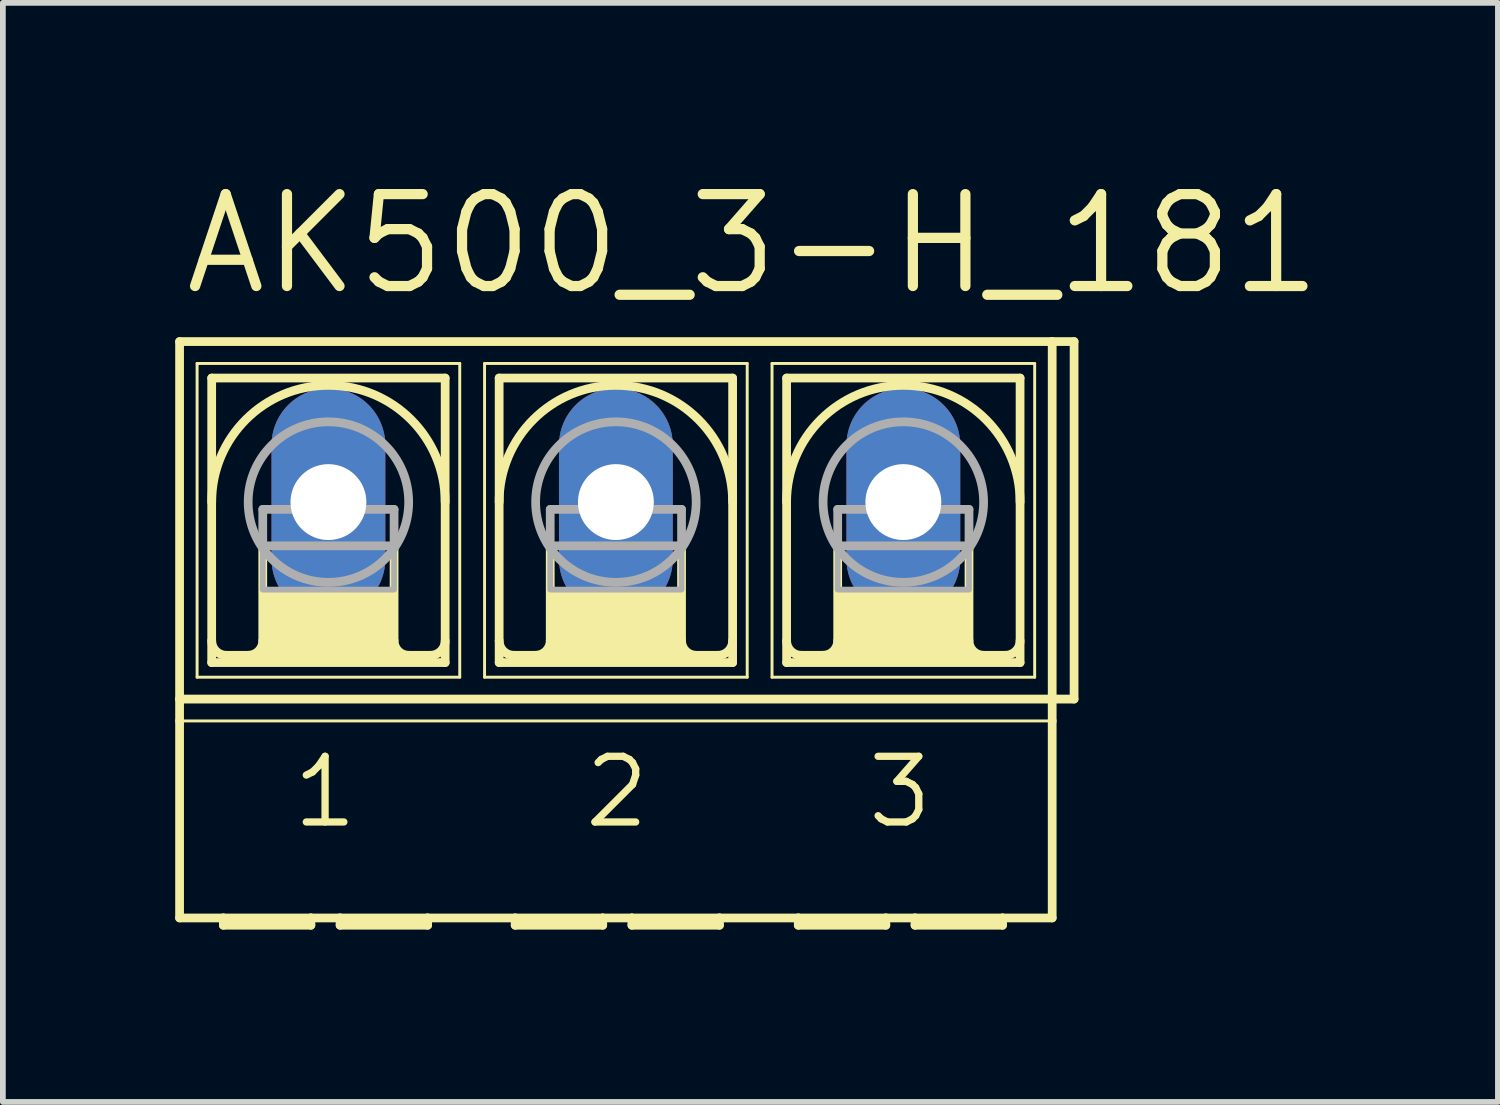
<source format=kicad_pcb>
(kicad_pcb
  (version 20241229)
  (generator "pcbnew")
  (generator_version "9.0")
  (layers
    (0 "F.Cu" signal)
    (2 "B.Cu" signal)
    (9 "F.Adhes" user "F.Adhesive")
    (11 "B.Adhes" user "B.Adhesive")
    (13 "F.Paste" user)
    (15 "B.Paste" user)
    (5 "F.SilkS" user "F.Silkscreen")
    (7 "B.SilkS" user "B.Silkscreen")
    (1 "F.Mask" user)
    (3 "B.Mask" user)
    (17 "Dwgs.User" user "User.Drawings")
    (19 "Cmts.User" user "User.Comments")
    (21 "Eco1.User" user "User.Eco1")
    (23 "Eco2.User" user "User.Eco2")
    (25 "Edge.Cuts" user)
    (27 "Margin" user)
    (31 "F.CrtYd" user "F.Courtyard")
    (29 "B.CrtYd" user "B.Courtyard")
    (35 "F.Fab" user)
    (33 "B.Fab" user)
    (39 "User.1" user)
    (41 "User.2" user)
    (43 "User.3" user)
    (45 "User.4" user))
  (footprint "AK500_3-H_181"
    (layer "F.Cu")
    (at 7.671 5.69)
    (property "Reference" "AK500_3-H_181" (at -7.595 -3.556 0) (unlocked yes) (layer "F.SilkS") (effects (font (size 1.6 1.6) (thickness 0.178)) (justify left bottom)))
    (fp_line (start -7.595 3.429) (end -7.595 -2.794) (stroke (width 0.152) (type solid)) (layer "F.SilkS"))
    (fp_line (start -7.595 3.429) (end 7.595 3.429) (stroke (width 0.152) (type solid)) (layer "F.SilkS"))
    (fp_line (start -7.595 3.81) (end -7.595 3.429) (stroke (width 0.152) (type solid)) (layer "F.SilkS"))
    (fp_line (start -7.595 7.239) (end -7.595 3.81) (stroke (width 0.152) (type solid)) (layer "F.SilkS"))
    (fp_line (start -7.595 7.239) (end -6.833 7.239) (stroke (width 0.152) (type solid)) (layer "F.SilkS"))
    (fp_line (start -7.29 -2.413) (end -7.29 3.048) (stroke (width 0.051) (type solid)) (layer "F.SilkS"))
    (fp_line (start -7.29 -2.413) (end -2.718 -2.413) (stroke (width 0.051) (type solid)) (layer "F.SilkS"))
    (fp_line (start -7.036 2.794) (end -7.036 -2.159) (stroke (width 0.152) (type solid)) (layer "F.SilkS"))
    (fp_line (start -7.036 2.794) (end -2.972 2.794) (stroke (width 0.152) (type solid)) (layer "F.SilkS"))
    (fp_line (start -6.833 7.239) (end -5.309 7.239) (stroke (width 0.152) (type solid)) (layer "F.SilkS"))
    (fp_line (start -6.833 7.366) (end -6.833 7.239) (stroke (width 0.152) (type solid)) (layer "F.SilkS"))
    (fp_line (start -6.833 7.366) (end -5.309 7.366) (stroke (width 0.152) (type solid)) (layer "F.SilkS"))
    (fp_line (start -6.147 0.762) (end -6.147 2.413) (stroke (width 0.152) (type solid)) (layer "F.SilkS"))
    (fp_line (start -5.309 7.239) (end -5.309 7.366) (stroke (width 0.152) (type solid)) (layer "F.SilkS"))
    (fp_line (start -5.309 7.239) (end -4.801 7.239) (stroke (width 0.152) (type solid)) (layer "F.SilkS"))
    (fp_line (start -4.801 7.239) (end -3.277 7.239) (stroke (width 0.152) (type solid)) (layer "F.SilkS"))
    (fp_line (start -4.801 7.366) (end -4.801 7.239) (stroke (width 0.152) (type solid)) (layer "F.SilkS"))
    (fp_line (start -4.801 7.366) (end -3.277 7.366) (stroke (width 0.152) (type solid)) (layer "F.SilkS"))
    (fp_line (start -3.861 0.762) (end -3.861 2.413) (stroke (width 0.152) (type solid)) (layer "F.SilkS"))
    (fp_line (start -3.277 7.239) (end -1.753 7.239) (stroke (width 0.152) (type solid)) (layer "F.SilkS"))
    (fp_line (start -3.277 7.366) (end -3.277 7.239) (stroke (width 0.152) (type solid)) (layer "F.SilkS"))
    (fp_line (start -3.226 2.667) (end -6.782 2.667) (stroke (width 0.152) (type solid)) (layer "F.SilkS"))
    (fp_line (start -2.972 -2.159) (end -7.036 -2.159) (stroke (width 0.152) (type solid)) (layer "F.SilkS"))
    (fp_line (start -2.972 -2.159) (end -2.972 2.794) (stroke (width 0.152) (type solid)) (layer "F.SilkS"))
    (fp_line (start -2.718 -2.413) (end -2.718 3.048) (stroke (width 0.051) (type solid)) (layer "F.SilkS"))
    (fp_line (start -2.718 3.048) (end -7.29 3.048) (stroke (width 0.051) (type solid)) (layer "F.SilkS"))
    (fp_line (start -2.286 -2.413) (end -2.286 3.048) (stroke (width 0.051) (type solid)) (layer "F.SilkS"))
    (fp_line (start -2.286 -2.413) (end 2.286 -2.413) (stroke (width 0.051) (type solid)) (layer "F.SilkS"))
    (fp_line (start -2.032 -2.159) (end -2.032 2.794) (stroke (width 0.152) (type solid)) (layer "F.SilkS"))
    (fp_line (start -2.032 2.794) (end 2.032 2.794) (stroke (width 0.152) (type solid)) (layer "F.SilkS"))
    (fp_line (start -1.753 7.239) (end -0.229 7.239) (stroke (width 0.152) (type solid)) (layer "F.SilkS"))
    (fp_line (start -1.753 7.366) (end -1.753 7.239) (stroke (width 0.152) (type solid)) (layer "F.SilkS"))
    (fp_line (start -1.753 7.366) (end -0.229 7.366) (stroke (width 0.152) (type solid)) (layer "F.SilkS"))
    (fp_line (start -1.143 0.762) (end -1.143 2.413) (stroke (width 0.152) (type solid)) (layer "F.SilkS"))
    (fp_line (start -0.229 7.239) (end -0.229 7.366) (stroke (width 0.152) (type solid)) (layer "F.SilkS"))
    (fp_line (start -0.229 7.239) (end 0.279 7.239) (stroke (width 0.152) (type solid)) (layer "F.SilkS"))
    (fp_line (start 0.279 7.239) (end 1.803 7.239) (stroke (width 0.152) (type solid)) (layer "F.SilkS"))
    (fp_line (start 0.279 7.366) (end 0.279 7.239) (stroke (width 0.152) (type solid)) (layer "F.SilkS"))
    (fp_line (start 0.279 7.366) (end 1.803 7.366) (stroke (width 0.152) (type solid)) (layer "F.SilkS"))
    (fp_line (start 1.143 0.762) (end 1.143 2.413) (stroke (width 0.152) (type solid)) (layer "F.SilkS"))
    (fp_line (start 1.778 2.667) (end -1.778 2.667) (stroke (width 0.152) (type solid)) (layer "F.SilkS"))
    (fp_line (start 1.803 7.366) (end 1.803 7.239) (stroke (width 0.152) (type solid)) (layer "F.SilkS"))
    (fp_line (start 2.032 -2.159) (end -2.032 -2.159) (stroke (width 0.152) (type solid)) (layer "F.SilkS"))
    (fp_line (start 2.032 2.794) (end 2.032 -2.159) (stroke (width 0.152) (type solid)) (layer "F.SilkS"))
    (fp_line (start 2.286 3.048) (end -2.286 3.048) (stroke (width 0.051) (type solid)) (layer "F.SilkS"))
    (fp_line (start 2.286 3.048) (end 2.286 -2.413) (stroke (width 0.051) (type solid)) (layer "F.SilkS"))
    (fp_line (start 2.718 -2.413) (end 2.718 3.048) (stroke (width 0.051) (type solid)) (layer "F.SilkS"))
    (fp_line (start 2.718 -2.413) (end 7.29 -2.413) (stroke (width 0.051) (type solid)) (layer "F.SilkS"))
    (fp_line (start 2.972 2.794) (end 2.972 -2.159) (stroke (width 0.152) (type solid)) (layer "F.SilkS"))
    (fp_line (start 2.972 2.794) (end 7.036 2.794) (stroke (width 0.152) (type solid)) (layer "F.SilkS"))
    (fp_line (start 3.175 7.239) (end 1.803 7.239) (stroke (width 0.152) (type solid)) (layer "F.SilkS"))
    (fp_line (start 3.175 7.239) (end 3.175 7.366) (stroke (width 0.152) (type solid)) (layer "F.SilkS"))
    (fp_line (start 3.175 7.239) (end 4.699 7.239) (stroke (width 0.152) (type solid)) (layer "F.SilkS"))
    (fp_line (start 3.175 7.366) (end 4.699 7.366) (stroke (width 0.152) (type solid)) (layer "F.SilkS"))
    (fp_line (start 3.861 0.762) (end 3.861 2.413) (stroke (width 0.152) (type solid)) (layer "F.SilkS"))
    (fp_line (start 4.699 7.239) (end 4.699 7.366) (stroke (width 0.152) (type solid)) (layer "F.SilkS"))
    (fp_line (start 4.699 7.239) (end 5.207 7.239) (stroke (width 0.152) (type solid)) (layer "F.SilkS"))
    (fp_line (start 5.207 7.239) (end 5.207 7.366) (stroke (width 0.152) (type solid)) (layer "F.SilkS"))
    (fp_line (start 5.207 7.239) (end 6.731 7.239) (stroke (width 0.152) (type solid)) (layer "F.SilkS"))
    (fp_line (start 5.207 7.366) (end 6.731 7.366) (stroke (width 0.152) (type solid)) (layer "F.SilkS"))
    (fp_line (start 6.147 0.762) (end 6.147 2.413) (stroke (width 0.152) (type solid)) (layer "F.SilkS"))
    (fp_line (start 6.731 7.366) (end 6.731 7.239) (stroke (width 0.152) (type solid)) (layer "F.SilkS"))
    (fp_line (start 6.782 2.667) (end 3.226 2.667) (stroke (width 0.152) (type solid)) (layer "F.SilkS"))
    (fp_line (start 7.036 -2.159) (end 2.972 -2.159) (stroke (width 0.152) (type solid)) (layer "F.SilkS"))
    (fp_line (start 7.036 -2.159) (end 7.036 2.794) (stroke (width 0.152) (type solid)) (layer "F.SilkS"))
    (fp_line (start 7.29 -2.413) (end 7.29 3.048) (stroke (width 0.051) (type solid)) (layer "F.SilkS"))
    (fp_line (start 7.29 3.048) (end 2.718 3.048) (stroke (width 0.051) (type solid)) (layer "F.SilkS"))
    (fp_line (start 7.595 -2.794) (end -7.595 -2.794) (stroke (width 0.152) (type solid)) (layer "F.SilkS"))
    (fp_line (start 7.595 -2.794) (end 7.595 3.429) (stroke (width 0.152) (type solid)) (layer "F.SilkS"))
    (fp_line (start 7.595 3.429) (end 7.595 3.81) (stroke (width 0.152) (type solid)) (layer "F.SilkS"))
    (fp_line (start 7.595 3.81) (end -7.595 3.81) (stroke (width 0.051) (type solid)) (layer "F.SilkS"))
    (fp_line (start 7.595 3.81) (end 7.595 7.239) (stroke (width 0.152) (type solid)) (layer "F.SilkS"))
    (fp_line (start 7.595 7.239) (end 6.731 7.239) (stroke (width 0.152) (type solid)) (layer "F.SilkS"))
    (fp_line (start 7.976 -2.794) (end 7.595 -2.794) (stroke (width 0.152) (type solid)) (layer "F.SilkS"))
    (fp_line (start 7.976 -2.794) (end 7.976 3.429) (stroke (width 0.152) (type solid)) (layer "F.SilkS"))
    (fp_line (start 7.976 3.429) (end 7.595 3.429) (stroke (width 0.152) (type solid)) (layer "F.SilkS"))
    (fp_arc (start -7.0358 0) (mid -5.0038 -2.032) (end -2.9718 0) (stroke (width 0.1524) (type solid)) (layer "F.SilkS"))
    (fp_arc (start -6.7818 2.667) (mid -6.961405 2.592605) (end -7.0358 2.413) (stroke (width 0.1524) (type solid)) (layer "F.SilkS"))
    (fp_arc (start -6.1468 2.413) (mid -6.221195 2.592605) (end -6.4008 2.667) (stroke (width 0.1524) (type solid)) (layer "F.SilkS"))
    (fp_arc (start -3.6068 2.667) (mid -3.786405 2.592605) (end -3.8608 2.413) (stroke (width 0.1524) (type solid)) (layer "F.SilkS"))
    (fp_arc (start -2.9718 2.413) (mid -3.046195 2.592605) (end -3.2258 2.667) (stroke (width 0.1524) (type solid)) (layer "F.SilkS"))
    (fp_arc (start -2.032 0) (mid 0 -2.032) (end 2.032 0) (stroke (width 0.1524) (type solid)) (layer "F.SilkS"))
    (fp_arc (start -1.778 2.667) (mid -1.957605 2.592605) (end -2.032 2.413) (stroke (width 0.1524) (type solid)) (layer "F.SilkS"))
    (fp_arc (start -1.143 2.413) (mid -1.217395 2.592605) (end -1.397 2.667) (stroke (width 0.1524) (type solid)) (layer "F.SilkS"))
    (fp_arc (start 1.397 2.667) (mid 1.217395 2.592605) (end 1.143 2.413) (stroke (width 0.1524) (type solid)) (layer "F.SilkS"))
    (fp_arc (start 2.032 2.413) (mid 1.957605 2.592605) (end 1.778 2.667) (stroke (width 0.1524) (type solid)) (layer "F.SilkS"))
    (fp_arc (start 2.9718 0) (mid 5.0038 -2.032) (end 7.0358 0) (stroke (width 0.1524) (type solid)) (layer "F.SilkS"))
    (fp_arc (start 3.2258 2.667) (mid 3.046195 2.592605) (end 2.9718 2.413) (stroke (width 0.1524) (type solid)) (layer "F.SilkS"))
    (fp_arc (start 3.8608 2.413) (mid 3.786405 2.592605) (end 3.6068 2.667) (stroke (width 0.1524) (type solid)) (layer "F.SilkS"))
    (fp_arc (start 6.4008 2.667) (mid 6.221195 2.592605) (end 6.1468 2.413) (stroke (width 0.1524) (type solid)) (layer "F.SilkS"))
    (fp_arc (start 7.0358 2.413) (mid 6.961405 2.592605) (end 6.7818 2.667) (stroke (width 0.1524) (type solid)) (layer "F.SilkS"))
    (fp_poly (pts (xy -6.147 2.667) (xy -3.861 2.667) (xy -3.861 1.524) (xy -6.147 1.524)) (stroke (width 0) (type default)) (fill yes) (layer "F.SilkS"))
    (fp_poly (pts (xy -1.143 2.667) (xy 1.143 2.667) (xy 1.143 1.524) (xy -1.143 1.524)) (stroke (width 0) (type default)) (fill yes) (layer "F.SilkS"))
    (fp_poly (pts (xy 3.861 2.667) (xy 6.147 2.667) (xy 6.147 1.524) (xy 3.861 1.524)) (stroke (width 0) (type default)) (fill yes) (layer "F.SilkS"))
    (fp_line (start -6.147 0.127) (end -6.147 0.762) (stroke (width 0.152) (type solid)) (layer "F.Fab"))
    (fp_line (start -6.147 0.127) (end -3.861 0.127) (stroke (width 0.152) (type solid)) (layer "F.Fab"))
    (fp_line (start -6.147 0.762) (end -3.861 0.762) (stroke (width 0.152) (type solid)) (layer "F.Fab"))
    (fp_line (start -3.861 0.127) (end -3.861 0.762) (stroke (width 0.152) (type solid)) (layer "F.Fab"))
    (fp_line (start -1.143 0.127) (end -1.143 0.762) (stroke (width 0.152) (type solid)) (layer "F.Fab"))
    (fp_line (start -1.143 0.127) (end 1.143 0.127) (stroke (width 0.152) (type solid)) (layer "F.Fab"))
    (fp_line (start -1.143 0.762) (end 1.143 0.762) (stroke (width 0.152) (type solid)) (layer "F.Fab"))
    (fp_line (start 1.143 0.127) (end 1.143 0.762) (stroke (width 0.152) (type solid)) (layer "F.Fab"))
    (fp_line (start 3.861 0.127) (end 3.861 0.762) (stroke (width 0.152) (type solid)) (layer "F.Fab"))
    (fp_line (start 3.861 0.127) (end 6.147 0.127) (stroke (width 0.152) (type solid)) (layer "F.Fab"))
    (fp_line (start 3.861 0.762) (end 6.147 0.762) (stroke (width 0.152) (type solid)) (layer "F.Fab"))
    (fp_line (start 6.147 0.127) (end 6.147 0.762) (stroke (width 0.152) (type solid)) (layer "F.Fab"))
    (fp_circle (center -5.004 0) (end -3.607 0) (stroke (width 0.152) (type solid)) (fill no) (layer "F.Fab"))
    (fp_circle (center 0 0) (end 1.397 0) (stroke (width 0.152) (type solid)) (fill no) (layer "F.Fab"))
    (fp_circle (center 5.004 0) (end 6.401 0) (stroke (width 0.152) (type solid)) (fill no) (layer "F.Fab"))
    (fp_poly (pts (xy -6.147 1.524) (xy -3.861 1.524) (xy -3.861 0.762) (xy -6.147 0.762)) (stroke (width 0.1) (type default)) (fill no) (layer "F.Fab"))
    (fp_poly (pts (xy -1.143 1.524) (xy 1.143 1.524) (xy 1.143 0.762) (xy -1.143 0.762)) (stroke (width 0.1) (type default)) (fill no) (layer "F.Fab"))
    (fp_poly (pts (xy 3.861 1.524) (xy 6.147 1.524) (xy 6.147 0.762) (xy 3.861 0.762)) (stroke (width 0.1) (type default)) (fill no) (layer "F.Fab"))
    (fp_text user "3" (at 4.318 5.715 0) (unlocked yes) (layer "F.SilkS") (effects (font (size 1.143 1.143) (thickness 0.127)) (justify left bottom)))
    (fp_text user "2" (at -0.61 5.715 0) (unlocked yes) (layer "F.SilkS") (effects (font (size 1.143 1.143) (thickness 0.127)) (justify left bottom)))
    (fp_text user "1" (at -5.69 5.715 0) (unlocked yes) (layer "F.SilkS") (effects (font (size 1.143 1.143) (thickness 0.127)) (justify left bottom)))
    (pad "1" thru_hole oval (at -5.004 0 90) (size 3.962 1.981) (drill 1.321) (layers "*.Cu" "*.Mask"))
    (pad "2" thru_hole oval (at 0 0 90) (size 3.962 1.981) (drill 1.321) (layers "*.Cu" "*.Mask"))
    (pad "3" thru_hole oval (at 5.004 0 90) (size 3.962 1.981) (drill 1.321) (layers "*.Cu" "*.Mask")))
  (gr_rect
    (start -3 -3)
    (end 23.025 16.132)
    (stroke (width 0.1) (type default))
    (fill no)
    (layer "Edge.Cuts")))
</source>
